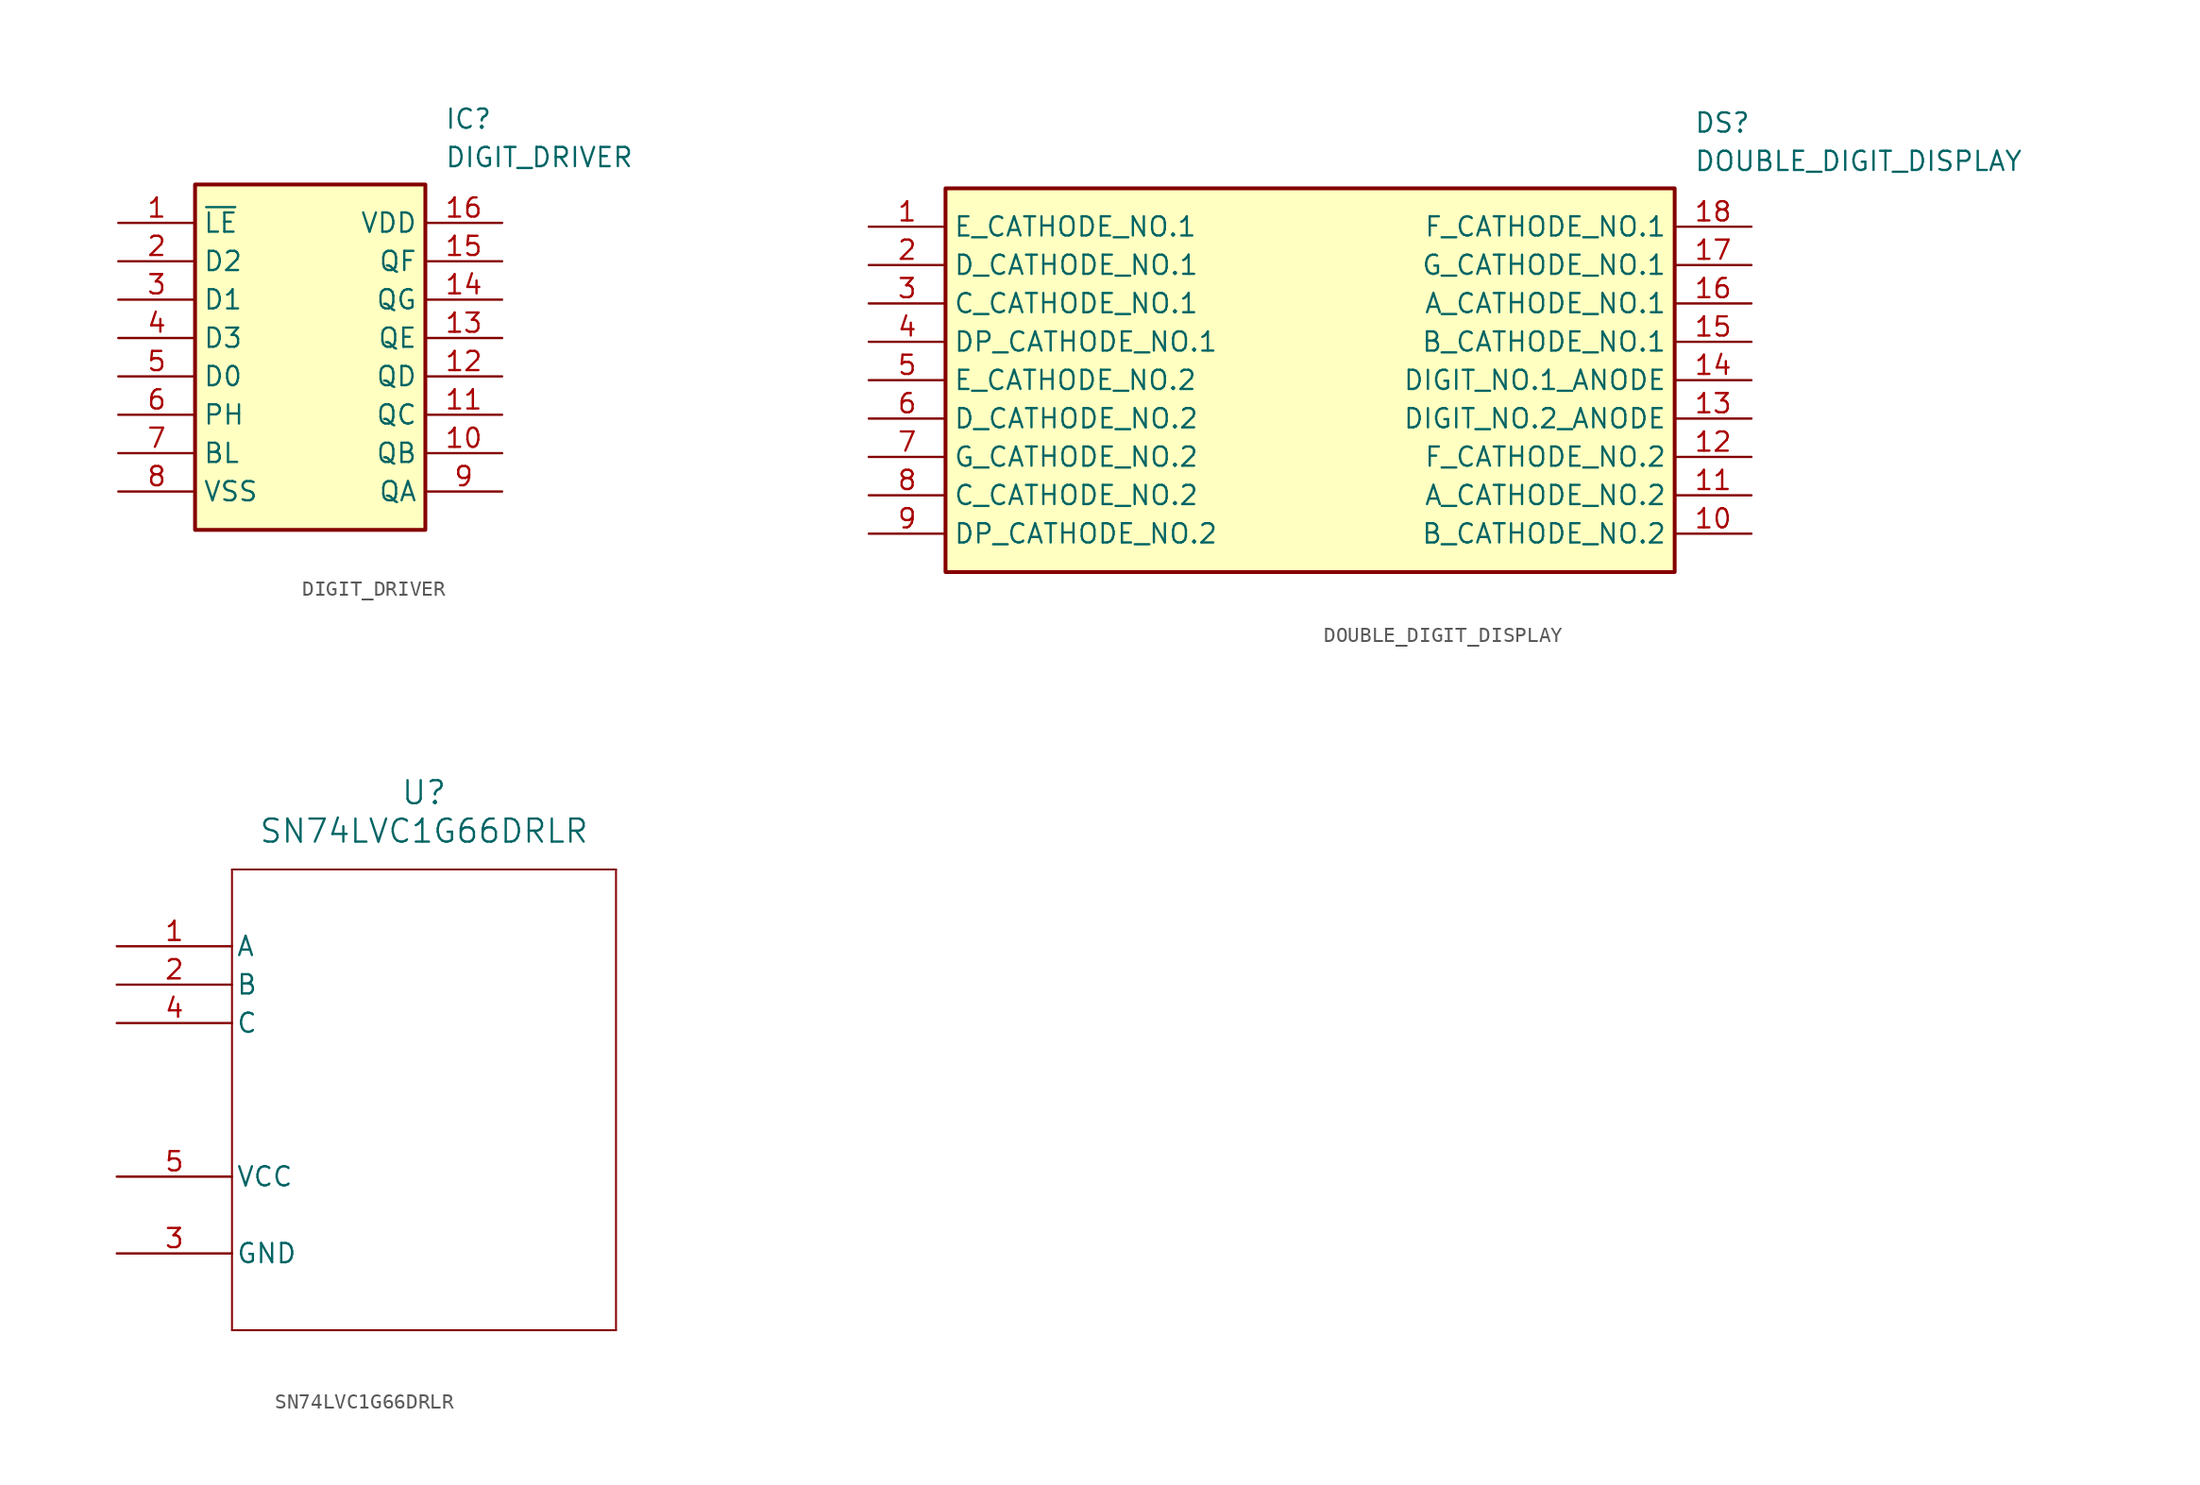
<source format=kicad_sym>
(kicad_symbol_lib
  (version 20241209)
  (generator "kicad_symbol_editor")
  (generator_version "9.0")
  (symbol "DIGIT_DRIVER"
    (property "Reference" "IC"
      (at 21.59 7.62 0)
      (effects (font (size 1.27 1.27)) (justify left top)))
    (property "Value" "DIGIT_DRIVER"
      (at 21.59 5.08 0)
      (effects (font (size 1.27 1.27)) (justify left top)))
    (symbol "DIGIT_DRIVER_1_1"
      (rectangle (start 5.08 2.54) (end 20.32 -20.32) (stroke (width 0.254) (type default)) (fill (type background)))
      (pin passive line (at 0 0 0) (length 5.08) (name "~{LE}" (effects (font (size 1.27 1.27)))) (number "1" (effects (font (size 1.27 1.27)))))
      (pin passive line (at 0 -2.54 0) (length 5.08) (name "D2" (effects (font (size 1.27 1.27)))) (number "2" (effects (font (size 1.27 1.27)))))
      (pin passive line (at 0 -5.08 0) (length 5.08) (name "D1" (effects (font (size 1.27 1.27)))) (number "3" (effects (font (size 1.27 1.27)))))
      (pin passive line (at 0 -7.62 0) (length 5.08) (name "D3" (effects (font (size 1.27 1.27)))) (number "4" (effects (font (size 1.27 1.27)))))
      (pin passive line (at 0 -10.16 0) (length 5.08) (name "D0" (effects (font (size 1.27 1.27)))) (number "5" (effects (font (size 1.27 1.27)))))
      (pin passive line (at 0 -12.7 0) (length 5.08) (name "PH" (effects (font (size 1.27 1.27)))) (number "6" (effects (font (size 1.27 1.27)))))
      (pin passive line (at 0 -15.24 0) (length 5.08) (name "BL" (effects (font (size 1.27 1.27)))) (number "7" (effects (font (size 1.27 1.27)))))
      (pin passive line (at 0 -17.78 0) (length 5.08) (name "VSS" (effects (font (size 1.27 1.27)))) (number "8" (effects (font (size 1.27 1.27)))))
      (pin passive line (at 25.4 0 180) (length 5.08) (name "VDD" (effects (font (size 1.27 1.27)))) (number "16" (effects (font (size 1.27 1.27)))))
      (pin passive line (at 25.4 -2.54 180) (length 5.08) (name "QF" (effects (font (size 1.27 1.27)))) (number "15" (effects (font (size 1.27 1.27)))))
      (pin passive line (at 25.4 -5.08 180) (length 5.08) (name "QG" (effects (font (size 1.27 1.27)))) (number "14" (effects (font (size 1.27 1.27)))))
      (pin passive line (at 25.4 -7.62 180) (length 5.08) (name "QE" (effects (font (size 1.27 1.27)))) (number "13" (effects (font (size 1.27 1.27)))))
      (pin passive line (at 25.4 -10.16 180) (length 5.08) (name "QD" (effects (font (size 1.27 1.27)))) (number "12" (effects (font (size 1.27 1.27)))))
      (pin passive line (at 25.4 -12.7 180) (length 5.08) (name "QC" (effects (font (size 1.27 1.27)))) (number "11" (effects (font (size 1.27 1.27)))))
      (pin passive line (at 25.4 -15.24 180) (length 5.08) (name "QB" (effects (font (size 1.27 1.27)))) (number "10" (effects (font (size 1.27 1.27)))))
      (pin passive line (at 25.4 -17.78 180) (length 5.08) (name "QA" (effects (font (size 1.27 1.27)))) (number "9" (effects (font (size 1.27 1.27)))))))
  (symbol "DOUBLE_DIGIT_DISPLAY"
    (property "Reference" "DS"
      (at 54.61 7.62 0)
      (effects (font (size 1.27 1.27)) (justify left top)))
    (property "Value" "DOUBLE_DIGIT_DISPLAY"
      (at 54.61 5.08 0)
      (effects (font (size 1.27 1.27)) (justify left top)))
    (symbol "DOUBLE_DIGIT_DISPLAY_1_1"
      (rectangle (start 5.08 2.54) (end 53.34 -22.86) (stroke (width 0.254) (type default)) (fill (type background)))
      (pin passive line (at 0 0 0) (length 5.08) (name "E_CATHODE_NO.1" (effects (font (size 1.27 1.27)))) (number "1" (effects (font (size 1.27 1.27)))))
      (pin passive line (at 0 -2.54 0) (length 5.08) (name "D_CATHODE_NO.1" (effects (font (size 1.27 1.27)))) (number "2" (effects (font (size 1.27 1.27)))))
      (pin passive line (at 0 -5.08 0) (length 5.08) (name "C_CATHODE_NO.1" (effects (font (size 1.27 1.27)))) (number "3" (effects (font (size 1.27 1.27)))))
      (pin passive line (at 0 -7.62 0) (length 5.08) (name "DP_CATHODE_NO.1" (effects (font (size 1.27 1.27)))) (number "4" (effects (font (size 1.27 1.27)))))
      (pin passive line (at 0 -10.16 0) (length 5.08) (name "E_CATHODE_NO.2" (effects (font (size 1.27 1.27)))) (number "5" (effects (font (size 1.27 1.27)))))
      (pin passive line (at 0 -12.7 0) (length 5.08) (name "D_CATHODE_NO.2" (effects (font (size 1.27 1.27)))) (number "6" (effects (font (size 1.27 1.27)))))
      (pin passive line (at 0 -15.24 0) (length 5.08) (name "G_CATHODE_NO.2" (effects (font (size 1.27 1.27)))) (number "7" (effects (font (size 1.27 1.27)))))
      (pin passive line (at 0 -17.78 0) (length 5.08) (name "C_CATHODE_NO.2" (effects (font (size 1.27 1.27)))) (number "8" (effects (font (size 1.27 1.27)))))
      (pin passive line (at 0 -20.32 0) (length 5.08) (name "DP_CATHODE_NO.2" (effects (font (size 1.27 1.27)))) (number "9" (effects (font (size 1.27 1.27)))))
      (pin passive line (at 58.42 0 180) (length 5.08) (name "F_CATHODE_NO.1" (effects (font (size 1.27 1.27)))) (number "18" (effects (font (size 1.27 1.27)))))
      (pin passive line (at 58.42 -2.54 180) (length 5.08) (name "G_CATHODE_NO.1" (effects (font (size 1.27 1.27)))) (number "17" (effects (font (size 1.27 1.27)))))
      (pin passive line (at 58.42 -5.08 180) (length 5.08) (name "A_CATHODE_NO.1" (effects (font (size 1.27 1.27)))) (number "16" (effects (font (size 1.27 1.27)))))
      (pin passive line (at 58.42 -7.62 180) (length 5.08) (name "B_CATHODE_NO.1" (effects (font (size 1.27 1.27)))) (number "15" (effects (font (size 1.27 1.27)))))
      (pin passive line (at 58.42 -10.16 180) (length 5.08) (name "DIGIT_NO.1_ANODE" (effects (font (size 1.27 1.27)))) (number "14" (effects (font (size 1.27 1.27)))))
      (pin passive line (at 58.42 -12.7 180) (length 5.08) (name "DIGIT_NO.2_ANODE" (effects (font (size 1.27 1.27)))) (number "13" (effects (font (size 1.27 1.27)))))
      (pin passive line (at 58.42 -15.24 180) (length 5.08) (name "F_CATHODE_NO.2" (effects (font (size 1.27 1.27)))) (number "12" (effects (font (size 1.27 1.27)))))
      (pin passive line (at 58.42 -17.78 180) (length 5.08) (name "A_CATHODE_NO.2" (effects (font (size 1.27 1.27)))) (number "11" (effects (font (size 1.27 1.27)))))
      (pin passive line (at 58.42 -20.32 180) (length 5.08) (name "B_CATHODE_NO.2" (effects (font (size 1.27 1.27)))) (number "10" (effects (font (size 1.27 1.27)))))))
  (symbol "SN74LVC1G66DRLR"
    (pin_names
      (offset 0.254))
    (property "Reference" "U"
      (at 20.32 10.16 0)
      (effects (font (size 1.524 1.524))))
    (property "Value" "SN74LVC1G66DRLR"
      (at 20.32 7.62 0)
      (effects (font (size 1.524 1.524))))
    (property "ki_locked" ""
      (at 0 0 0)
      (effects (font (size 1.27 1.27))))
    (symbol "SN74LVC1G66DRLR_0_1"
      (polyline (pts (xy 7.62 5.08) (xy 7.62 -25.4)) (stroke (width 0.127) (type default)) (fill (type none)))
      (polyline (pts (xy 7.62 -25.4) (xy 33.02 -25.4)) (stroke (width 0.127) (type default)) (fill (type none)))
      (polyline (pts (xy 33.02 5.08) (xy 7.62 5.08)) (stroke (width 0.127) (type default)) (fill (type none)))
      (polyline (pts (xy 33.02 -25.4) (xy 33.02 5.08)) (stroke (width 0.127) (type default)) (fill (type none)))
      (pin input line (at 0 0 0) (length 7.62) (name "A" (effects (font (size 1.27 1.27)))) (number "1" (effects (font (size 1.27 1.27)))))
      (pin input line (at 0 -2.54 0) (length 7.62) (name "B" (effects (font (size 1.27 1.27)))) (number "2" (effects (font (size 1.27 1.27)))))
      (pin input line (at 0 -5.08 0) (length 7.62) (name "C" (effects (font (size 1.27 1.27)))) (number "4" (effects (font (size 1.27 1.27)))))
      (pin power_in line (at 0 -15.24 0) (length 7.62) (name "VCC" (effects (font (size 1.27 1.27)))) (number "5" (effects (font (size 1.27 1.27)))))
      (pin power_in line (at 0 -20.32 0) (length 7.62) (name "GND" (effects (font (size 1.27 1.27)))) (number "3" (effects (font (size 1.27 1.27))))))))
</source>
